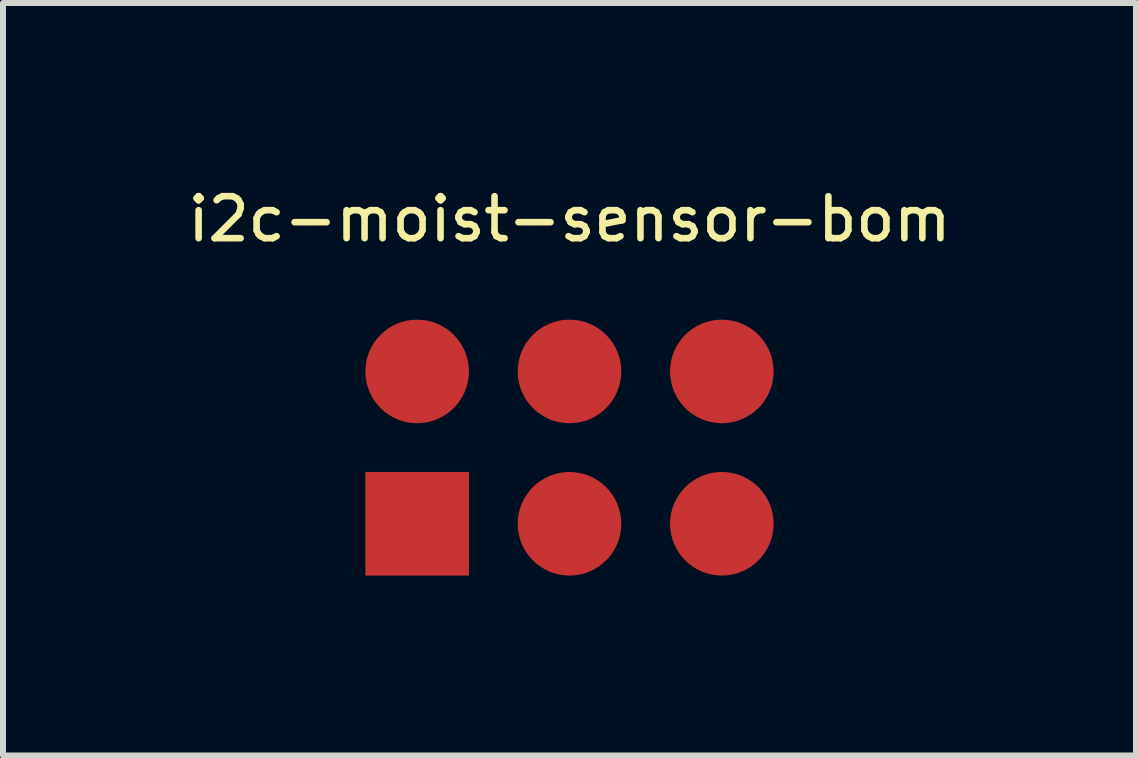
<source format=kicad_pcb>
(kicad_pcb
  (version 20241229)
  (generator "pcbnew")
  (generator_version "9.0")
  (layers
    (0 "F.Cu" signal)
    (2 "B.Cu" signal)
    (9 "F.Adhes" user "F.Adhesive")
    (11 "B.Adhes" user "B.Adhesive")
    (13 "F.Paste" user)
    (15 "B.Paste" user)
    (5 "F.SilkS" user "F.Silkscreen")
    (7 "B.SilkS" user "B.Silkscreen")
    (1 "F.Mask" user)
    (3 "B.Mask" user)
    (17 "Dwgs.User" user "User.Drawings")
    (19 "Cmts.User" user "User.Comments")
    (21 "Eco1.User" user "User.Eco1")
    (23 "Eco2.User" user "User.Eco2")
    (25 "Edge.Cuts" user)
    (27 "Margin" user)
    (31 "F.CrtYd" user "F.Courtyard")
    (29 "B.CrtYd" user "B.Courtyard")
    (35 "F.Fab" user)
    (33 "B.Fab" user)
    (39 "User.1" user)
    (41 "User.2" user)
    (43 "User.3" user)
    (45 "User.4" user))
  (footprint "i2c-moist-sensor-bom"
    (layer "F.Cu")
    (at 6.445 4.413)
    (property "Reference" "i2c-moist-sensor-bom" (at 0 -3.81 0) (layer "F.SilkS") (effects (font (size 0.7 0.7) (thickness 0.11))))
    (attr through_hole)
    (pad "1" smd rect (at -2.54 1.27) (size 1.727 1.727) (layers "F.Cu" "F.Mask" "F.Paste"))
    (pad "2" smd circle (at -2.54 -1.27) (size 1.727 1.727) (layers "F.Cu" "F.Mask" "F.Paste"))
    (pad "3" smd circle (at 0 1.27) (size 1.727 1.727) (layers "F.Cu" "F.Mask" "F.Paste"))
    (pad "4" smd circle (at 0 -1.27) (size 1.727 1.727) (layers "F.Cu" "F.Mask" "F.Paste"))
    (pad "5" smd circle (at 2.54 1.27) (size 1.727 1.727) (layers "F.Cu" "F.Mask" "F.Paste"))
    (pad "6" smd circle (at 2.54 -1.27) (size 1.727 1.727) (layers "F.Cu" "F.Mask" "F.Paste")))
  (gr_rect
    (start -3 -3)
    (end 15.89 9.546)
    (stroke (width 0.1) (type default))
    (fill no)
    (layer "Edge.Cuts")))
</source>
